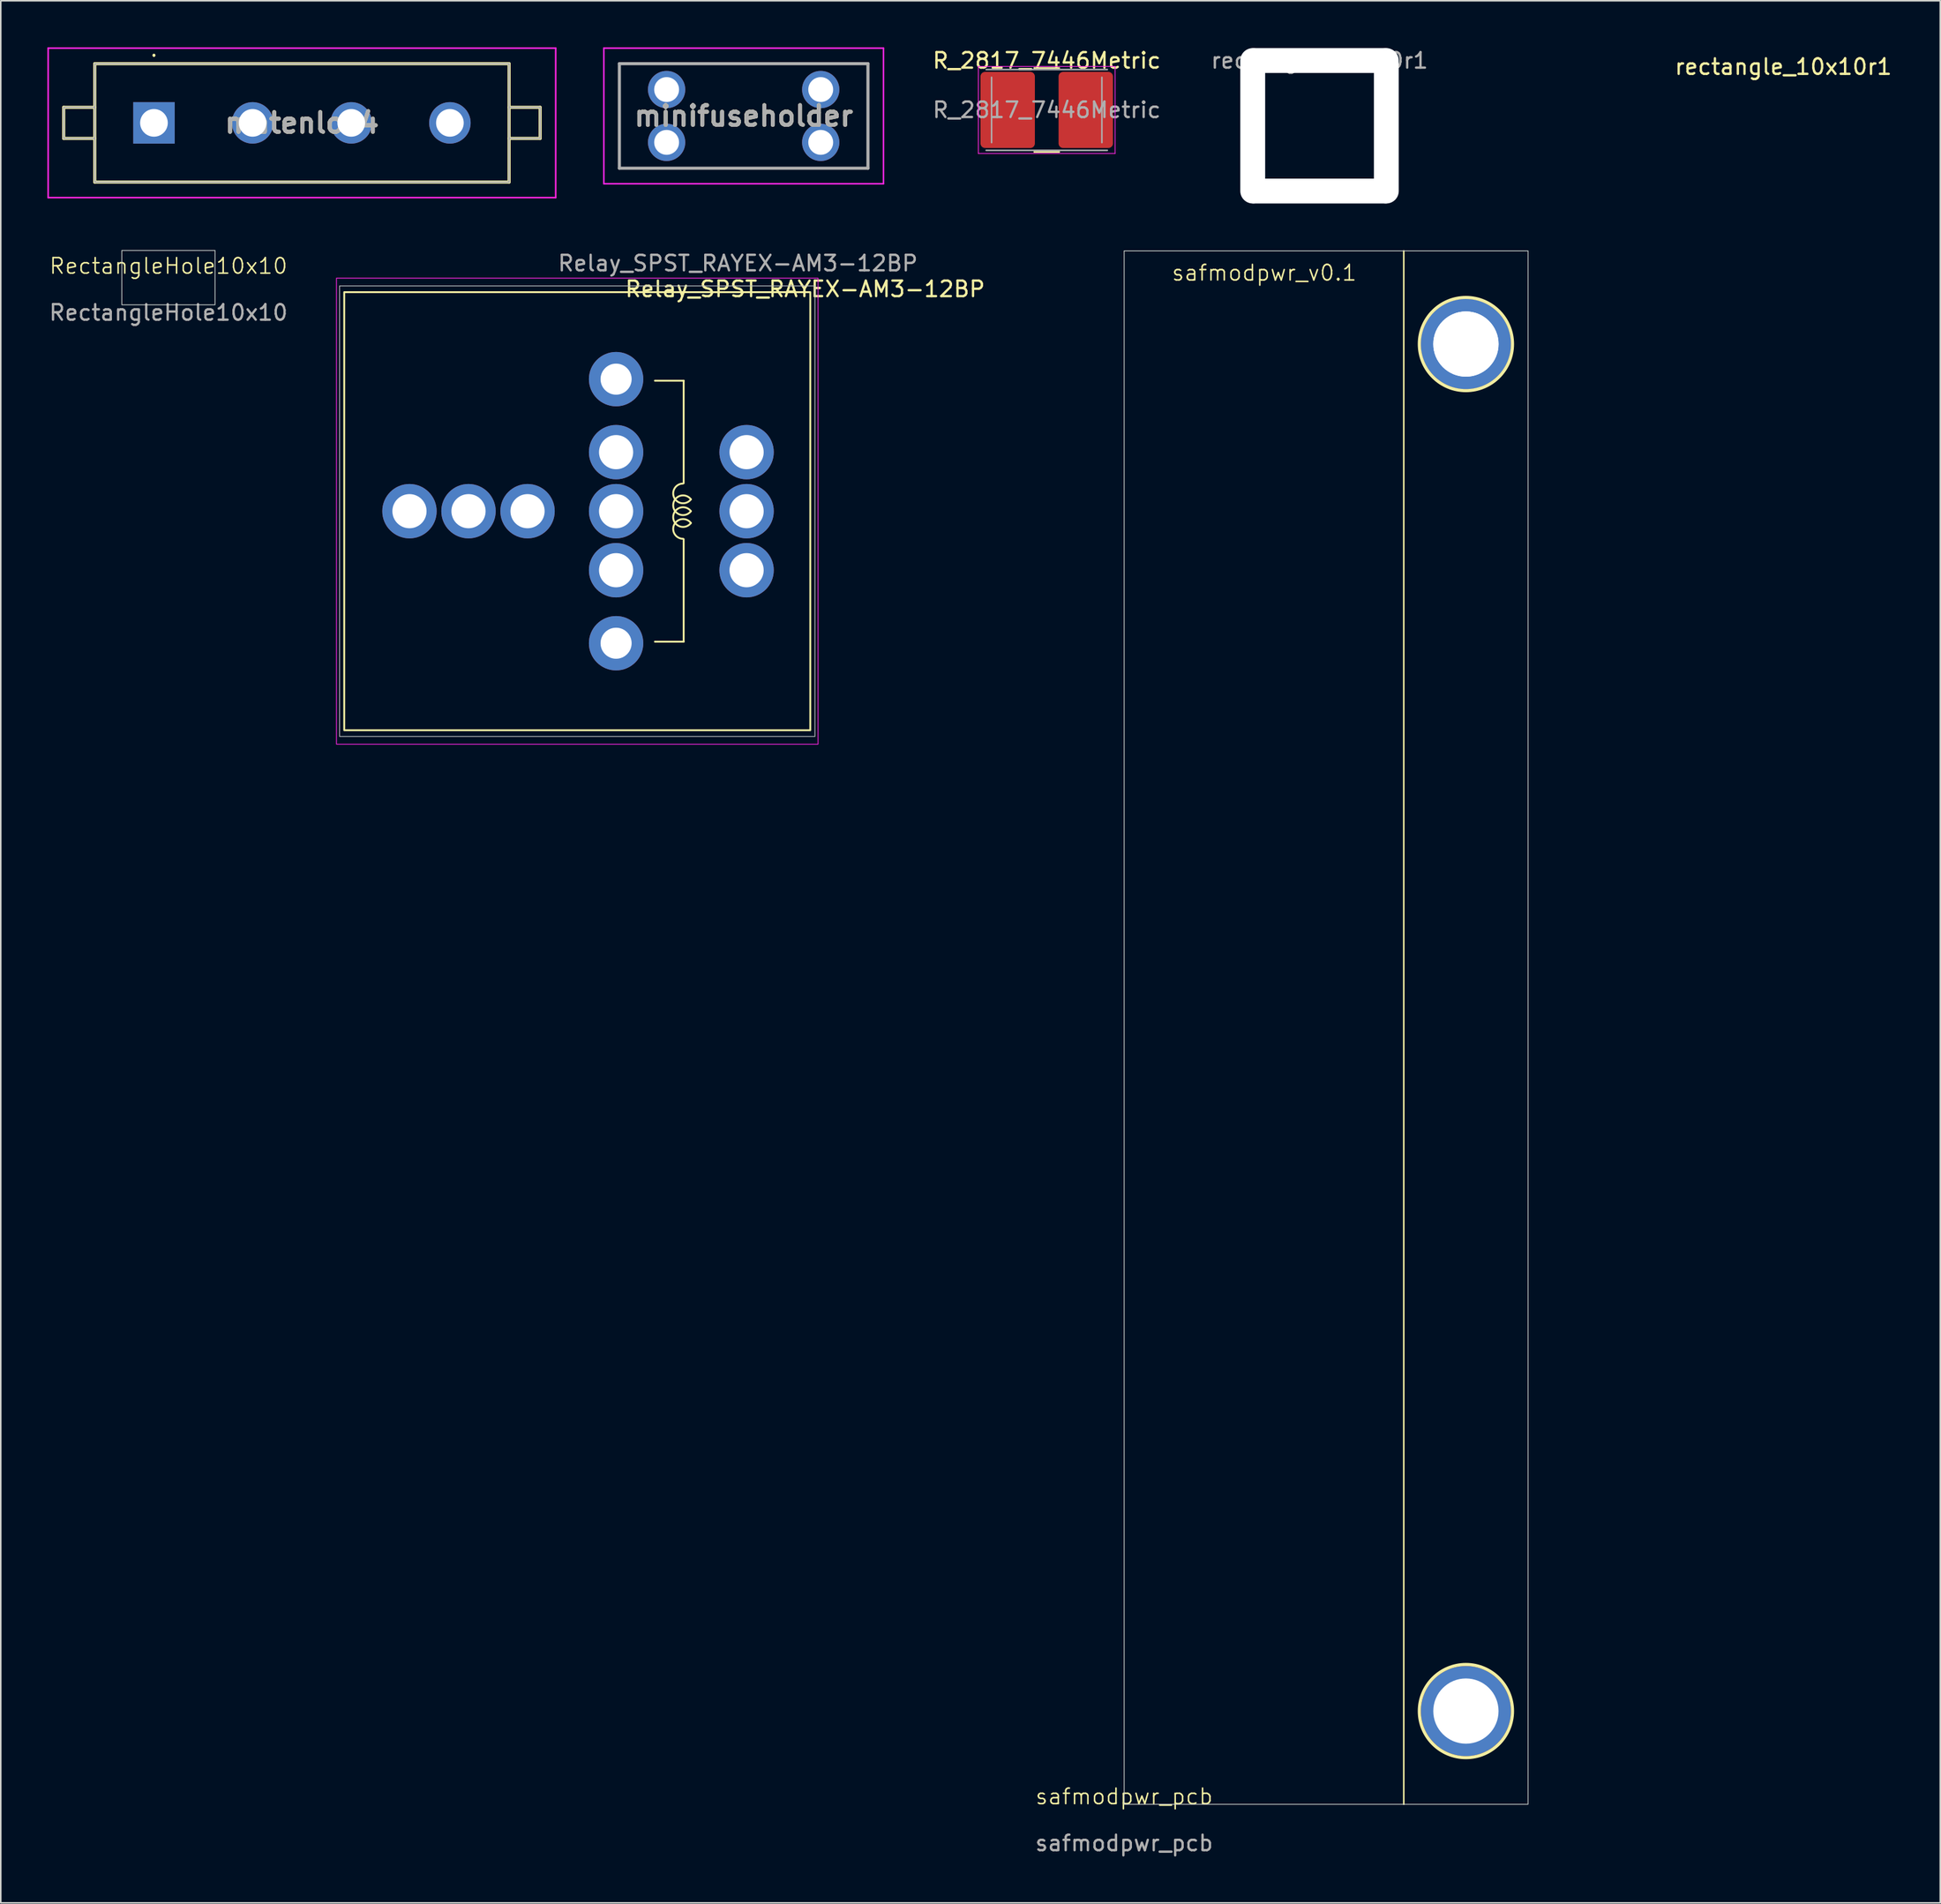
<source format=kicad_pcb>
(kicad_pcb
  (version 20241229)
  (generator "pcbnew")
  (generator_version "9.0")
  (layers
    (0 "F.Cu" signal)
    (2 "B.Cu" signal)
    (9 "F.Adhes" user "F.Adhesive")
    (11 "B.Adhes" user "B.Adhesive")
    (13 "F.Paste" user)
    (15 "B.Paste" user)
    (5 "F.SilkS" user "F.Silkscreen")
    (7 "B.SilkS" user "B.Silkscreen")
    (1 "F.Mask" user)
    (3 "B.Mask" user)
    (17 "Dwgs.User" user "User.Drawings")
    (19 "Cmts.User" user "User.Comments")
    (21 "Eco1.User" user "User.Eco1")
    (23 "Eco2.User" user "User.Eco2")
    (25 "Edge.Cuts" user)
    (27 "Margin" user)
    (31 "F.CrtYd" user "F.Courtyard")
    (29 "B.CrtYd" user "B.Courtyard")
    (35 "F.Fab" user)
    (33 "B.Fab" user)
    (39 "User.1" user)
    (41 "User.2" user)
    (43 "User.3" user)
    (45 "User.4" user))
  (footprint "matenlok4"
    (layer "F.Cu")
    (at 6.86 4.86)
    (property "Reference" "matenlok4" (at 9.525 0 0) (layer "F.SilkS") (effects (font (size 1.27 1.27) (thickness 0.254))))
    (attr through_hole)
    (fp_line (start -5.81 -1) (end -5.81 1) (stroke (width 0.2) (type solid)) (layer "F.SilkS"))
    (fp_line (start -5.81 1) (end -3.81 1) (stroke (width 0.2) (type solid)) (layer "F.SilkS"))
    (fp_line (start -3.81 -3.81) (end 22.86 -3.81) (stroke (width 0.2) (type solid)) (layer "F.SilkS"))
    (fp_line (start -3.81 -1) (end -5.81 -1) (stroke (width 0.2) (type solid)) (layer "F.SilkS"))
    (fp_line (start -3.81 3.81) (end -3.81 -3.81) (stroke (width 0.2) (type solid)) (layer "F.SilkS"))
    (fp_line (start 0 -4.4) (end 0 -4.4) (stroke (width 0.1) (type solid)) (layer "F.SilkS"))
    (fp_line (start 0 -4.3) (end 0 -4.3) (stroke (width 0.1) (type solid)) (layer "F.SilkS"))
    (fp_line (start 22.86 -3.81) (end 22.86 3.81) (stroke (width 0.2) (type solid)) (layer "F.SilkS"))
    (fp_line (start 22.86 -1) (end 24.86 -1) (stroke (width 0.2) (type solid)) (layer "F.SilkS"))
    (fp_line (start 22.86 3.81) (end -3.81 3.81) (stroke (width 0.2) (type solid)) (layer "F.SilkS"))
    (fp_line (start 24.86 -1) (end 24.86 1) (stroke (width 0.2) (type solid)) (layer "F.SilkS"))
    (fp_line (start 24.86 1) (end 22.86 1) (stroke (width 0.2) (type solid)) (layer "F.SilkS"))
    (fp_arc (start 0 -4.4) (mid 0.05 -4.35) (end 0 -4.3) (stroke (width 0.1) (type solid)) (layer "F.SilkS"))
    (fp_arc (start 0 -4.3) (mid -0.05 -4.35) (end 0 -4.4) (stroke (width 0.1) (type solid)) (layer "F.SilkS"))
    (fp_line (start -6.81 -4.81) (end 25.86 -4.81) (stroke (width 0.1) (type solid)) (layer "F.CrtYd"))
    (fp_line (start -6.81 4.81) (end -6.81 -4.81) (stroke (width 0.1) (type solid)) (layer "F.CrtYd"))
    (fp_line (start 25.86 -4.81) (end 25.86 4.81) (stroke (width 0.1) (type solid)) (layer "F.CrtYd"))
    (fp_line (start 25.86 4.81) (end -6.81 4.81) (stroke (width 0.1) (type solid)) (layer "F.CrtYd"))
    (fp_line (start -5.81 -1) (end -5.81 1) (stroke (width 0.1) (type solid)) (layer "F.Fab"))
    (fp_line (start -5.81 1) (end -3.81 1) (stroke (width 0.1) (type solid)) (layer "F.Fab"))
    (fp_line (start -3.81 -3.81) (end 22.86 -3.81) (stroke (width 0.1) (type solid)) (layer "F.Fab"))
    (fp_line (start -3.81 -1) (end -5.81 -1) (stroke (width 0.1) (type solid)) (layer "F.Fab"))
    (fp_line (start -3.81 3.81) (end -3.81 -3.81) (stroke (width 0.1) (type solid)) (layer "F.Fab"))
    (fp_line (start 22.86 -3.81) (end 22.86 3.81) (stroke (width 0.1) (type solid)) (layer "F.Fab"))
    (fp_line (start 22.86 -1) (end 24.86 -1) (stroke (width 0.1) (type solid)) (layer "F.Fab"))
    (fp_line (start 22.86 3.81) (end -3.81 3.81) (stroke (width 0.1) (type solid)) (layer "F.Fab"))
    (fp_line (start 24.86 -1) (end 24.86 1) (stroke (width 0.1) (type solid)) (layer "F.Fab"))
    (fp_line (start 24.86 1) (end 22.86 1) (stroke (width 0.1) (type solid)) (layer "F.Fab"))
    (fp_text user "${REFERENCE}" (at 9.525 0 0) (layer "F.Fab") (effects (font (size 1.27 1.27) (thickness 0.254))))
    (pad "1" thru_hole rect (at 0 0) (size 2.67 2.67) (drill 1.78) (layers "*.Cu" "*.Mask"))
    (pad "2" thru_hole circle (at 6.35 0) (size 2.67 2.67) (drill 1.78) (layers "*.Cu" "*.Mask"))
    (pad "3" thru_hole circle (at 12.7 0) (size 2.67 2.67) (drill 1.78) (layers "*.Cu" "*.Mask"))
    (pad "4" thru_hole circle (at 19.05 0) (size 2.67 2.67) (drill 1.78) (layers "*.Cu" "*.Mask")))
  (footprint "rectangle_10x10r1"
    (layer "F.Cu")
    (at 81.888 0.848)
    (property "Reference" "rectangle_10x10r1" (at 29.856 0.4 0) (layer "F.SilkS") (effects (font (size 1 1) (thickness 0.15))))
    (attr exclude_from_pos_files exclude_from_bom)
    (fp_text user "${REFERENCE}" (at 0 0 0) (layer "F.Fab") (effects (font (size 1 1) (thickness 0.15))))
    (pad "" np_thru_hole oval (at -4.3 4.2 90) (size 10 1.6) (drill oval 10 1.6) (layers "*.Cu" "*.Mask"))
    (pad "" np_thru_hole oval (at 0 0) (size 10 1.6) (drill oval 10 1.6) (layers "*.Cu" "*.Mask"))
    (pad "" np_thru_hole oval (at 0 8.4 180) (size 10 1.6) (drill oval 10 1.6) (layers "*.Cu" "*.Mask"))
    (pad "" np_thru_hole oval (at 4.3 4.2 90) (size 10 1.6) (drill oval 10 1.6) (layers "*.Cu" "*.Mask")))
  (footprint "RectangleHole10x10"
    (layer "F.Cu")
    (at 7.792 14.573)
    (property "Reference" "RectangleHole10x10" (at 0 -0.5 0) (unlocked yes) (layer "F.SilkS") (effects (font (size 1 1) (thickness 0.1))))
    (attr through_hole)
    (fp_rect (start -3 -1.5) (end 3 2) (stroke (width 0.05) (type default)) (fill no) (layer "Edge.Cuts"))
    (fp_text user "${REFERENCE}" (at 0 2.5 0) (unlocked yes) (layer "F.Fab") (effects (font (size 1 1) (thickness 0.15)))))
  (footprint "Relay_SPST_RAYEX-AM3-12BP"
    (layer "F.Cu")
    (at 36.608 29.857)
    (property "Reference" "Relay_SPST_RAYEX-AM3-12BP" (at 12.167 -14.3 0) (layer "F.SilkS") (effects (font (size 1 1) (thickness 0.15))))
    (attr through_hole)
    (fp_line (start 2.5 8.4) (end 4.35 8.4) (stroke (width 0.12) (type solid)) (layer "F.SilkS"))
    (fp_line (start 4.35 -8.4) (end 2.5 -8.4) (stroke (width 0.12) (type solid)) (layer "F.SilkS"))
    (fp_line (start 4.35 -1.8) (end 4.35 -8.4) (stroke (width 0.12) (type solid)) (layer "F.SilkS"))
    (fp_line (start 4.35 8.4) (end 4.35 1.8) (stroke (width 0.12) (type solid)) (layer "F.SilkS"))
    (fp_rect (start -17.5 -14.1) (end 12.5 14.1) (stroke (width 0.12) (type solid)) (fill no) (layer "F.SilkS"))
    (fp_arc (start 4.310002 1.776997) (mid 3.741966 0.858171) (end 4.817802 0.76073) (stroke (width 0.12) (type solid)) (layer "F.SilkS"))
    (fp_arc (start 4.8178 -0.762733) (mid 3.741964 -0.860168) (end 4.31 -1.779) (stroke (width 0.12) (type solid)) (layer "F.SilkS"))
    (fp_arc (start 4.818265 -0.001355) (mid 3.675001 -0.381778) (end 4.818 -0.763001) (stroke (width 0.12) (type solid)) (layer "F.SilkS"))
    (fp_arc (start 4.818266 0.760644) (mid 3.675001 0.380223) (end 4.818001 -0.001002) (stroke (width 0.12) (type solid)) (layer "F.SilkS"))
    (fp_rect (start -17.8 -14.5) (end 12.8 14.5) (stroke (width 0.05) (type default)) (fill no) (layer "Dwgs.User"))
    (fp_rect (start -18 -15) (end 13 15) (stroke (width 0.05) (type default)) (fill no) (layer "F.CrtYd"))
    (fp_text user "${REFERENCE}" (at 7.84 -15.96 0) (layer "F.Fab") (effects (font (size 1 1) (thickness 0.15))))
    (pad "30" thru_hole circle (at -13.3 0) (size 3.5 3.5) (drill 2.2) (layers "*.Cu" "*.Mask"))
    (pad "30" thru_hole circle (at -9.5 0) (size 3.5 3.5) (drill 2.2) (layers "*.Cu" "*.Mask"))
    (pad "30" thru_hole circle (at -5.7 0) (size 3.5 3.5) (drill 2.2) (layers "*.Cu" "*.Mask"))
    (pad "85" thru_hole circle (at 0 -8.5) (size 3.5 3.5) (drill 2) (layers "*.Cu" "*.Mask"))
    (pad "86" thru_hole circle (at 0 8.5) (size 3.5 3.5) (drill 2) (layers "*.Cu" "*.Mask"))
    (pad "87" thru_hole circle (at 8.4 -3.8) (size 3.5 3.5) (drill 2.2) (layers "*.Cu" "*.Mask"))
    (pad "87" thru_hole circle (at 8.4 0) (size 3.5 3.5) (drill 2.2) (layers "*.Cu" "*.Mask"))
    (pad "87" thru_hole circle (at 8.4 3.8) (size 3.5 3.5) (drill 2.2) (layers "*.Cu" "*.Mask"))
    (pad "87a" thru_hole circle (at 0 -3.8) (size 3.5 3.5) (drill 2.2) (layers "*.Cu" "*.Mask"))
    (pad "87a" thru_hole circle (at 0 0) (size 3.5 3.5) (drill 2.2) (layers "*.Cu" "*.Mask"))
    (pad "87a" thru_hole circle (at 0 3.8) (size 3.5 3.5) (drill 2.2) (layers "*.Cu" "*.Mask")))
  (footprint "safmodpwr_pcb"
    (layer "F.Cu")
    (at 69.311 113.098)
    (property "Reference" "safmodpwr_pcb" (at 0 -0.5 0) (unlocked yes) (layer "F.SilkS") (effects (font (size 1 1) (thickness 0.1))))
    (fp_line (start 18 -100) (end 18 0) (stroke (width 0.1) (type default)) (layer "F.SilkS"))
    (fp_circle (center 22 -94) (end 25 -94) (stroke (width 0.2) (type default)) (fill no) (layer "F.SilkS"))
    (fp_circle (center 22 -6) (end 25 -6) (stroke (width 0.2) (type default)) (fill no) (layer "F.SilkS"))
    (fp_rect (start 0 -100) (end 26 0) (stroke (width 0.05) (type default)) (fill no) (layer "Edge.Cuts"))
    (fp_text user "safmodpwr_v0.1" (at 3 -98 0) (unlocked yes) (layer "F.SilkS") (effects (font (size 1 1) (thickness 0.1)) (justify left bottom)))
    (fp_text user "${REFERENCE}" (at 0 2.5 0) (unlocked yes) (layer "F.Fab") (effects (font (size 1 1) (thickness 0.15))))
    (pad "" np_thru_hole circle (at 22 -94) (size 5.8 5.8) (drill 4.2) (layers "*.Cu" "*.Mask"))
    (pad "" np_thru_hole circle (at 22 -6) (size 5.8 5.8) (drill 4.2) (layers "*.Cu" "*.Mask"))
    (pad "1" thru_hole circle (at 22 -94) (size 5.8 5.8) (drill 4.2) (layers "*.Cu" "*.Mask")))
  (footprint "R_2817_7446Metric"
    (layer "F.Cu")
    (at 64.328 4.028)
    (property "Reference" "R_2817_7446Metric" (at 0 -3.18 0) (layer "F.SilkS") (effects (font (size 1 1) (thickness 0.15))))
    (attr smd)
    (fp_line (start -0.797 -2.7) (end 0.797 -2.7) (stroke (width 0.12) (type solid)) (layer "F.SilkS"))
    (fp_line (start -0.797 2.7) (end 0.797 2.7) (stroke (width 0.12) (type solid)) (layer "F.SilkS"))
    (fp_line (start -4.4 -2.8) (end 4.4 -2.8) (stroke (width 0.05) (type solid)) (layer "F.CrtYd"))
    (fp_line (start -4.4 2.8) (end -4.4 -2.8) (stroke (width 0.05) (type solid)) (layer "F.CrtYd"))
    (fp_line (start 4.4 -2.8) (end 4.4 2.8) (stroke (width 0.05) (type solid)) (layer "F.CrtYd"))
    (fp_line (start 4.4 2.8) (end -4.4 2.8) (stroke (width 0.05) (type solid)) (layer "F.CrtYd"))
    (fp_line (start -3.9 -2.6) (end 3.9 -2.6) (stroke (width 0.1) (type solid)) (layer "F.Fab"))
    (fp_line (start -3.55 2.1) (end -3.55 -2.1) (stroke (width 0.1) (type solid)) (layer "F.Fab"))
    (fp_line (start 3.55 -2.1) (end 3.55 2.1) (stroke (width 0.1) (type solid)) (layer "F.Fab"))
    (fp_line (start 3.9 2.6) (end -3.9 2.6) (stroke (width 0.1) (type solid)) (layer "F.Fab"))
    (fp_text user "${REFERENCE}" (at 0 0 0) (layer "F.Fab") (effects (font (size 1 1) (thickness 0.15))))
    (pad "1" smd roundrect (at -2.513 0) (size 3.5 4.9) (layers "F.Cu" "F.Mask" "F.Paste") (roundrect_rratio 0.083))
    (pad "2" smd roundrect (at 2.513 0) (size 3.5 4.9) (layers "F.Cu" "F.Mask" "F.Paste") (roundrect_rratio 0.083)))
  (footprint "minifuseholder"
    (layer "F.Cu")
    (at 39.86 6.115)
    (property "Reference" "minifuseholder" (at 4.96 -1.7 0) (layer "F.SilkS") (effects (font (size 1.27 1.27) (thickness 0.254))))
    (attr through_hole)
    (fp_line (start -3.04 -5.065) (end 12.96 -5.065) (stroke (width 0.1) (type solid)) (layer "F.SilkS"))
    (fp_line (start -3.04 1.665) (end -3.04 -5.065) (stroke (width 0.1) (type solid)) (layer "F.SilkS"))
    (fp_line (start 12.96 -5.065) (end 12.96 1.665) (stroke (width 0.1) (type solid)) (layer "F.SilkS"))
    (fp_line (start 12.96 1.665) (end -3.04 1.665) (stroke (width 0.1) (type solid)) (layer "F.SilkS"))
    (fp_line (start -4.04 -6.065) (end 13.96 -6.065) (stroke (width 0.1) (type solid)) (layer "F.CrtYd"))
    (fp_line (start -4.04 2.665) (end -4.04 -6.065) (stroke (width 0.1) (type solid)) (layer "F.CrtYd"))
    (fp_line (start 13.96 -6.065) (end 13.96 2.665) (stroke (width 0.1) (type solid)) (layer "F.CrtYd"))
    (fp_line (start 13.96 2.665) (end -4.04 2.665) (stroke (width 0.1) (type solid)) (layer "F.CrtYd"))
    (fp_line (start -3.04 -5.065) (end 12.96 -5.065) (stroke (width 0.2) (type solid)) (layer "F.Fab"))
    (fp_line (start -3.04 1.665) (end -3.04 -5.065) (stroke (width 0.2) (type solid)) (layer "F.Fab"))
    (fp_line (start 12.96 -5.065) (end 12.96 1.665) (stroke (width 0.2) (type solid)) (layer "F.Fab"))
    (fp_line (start 12.96 1.665) (end -3.04 1.665) (stroke (width 0.2) (type solid)) (layer "F.Fab"))
    (fp_text user "${REFERENCE}" (at 4.96 -1.7 0) (layer "F.Fab") (effects (font (size 1.27 1.27) (thickness 0.254))))
    (pad "1" thru_hole circle (at 0 0) (size 2.4 2.4) (drill 1.6) (layers "*.Cu" "*.Mask"))
    (pad "2" thru_hole circle (at 0 -3.4) (size 2.4 2.4) (drill 1.6) (layers "*.Cu" "*.Mask"))
    (pad "3" thru_hole circle (at 9.92 0) (size 2.4 2.4) (drill 1.6) (layers "*.Cu" "*.Mask"))
    (pad "4" thru_hole circle (at 9.92 -3.4) (size 2.4 2.4) (drill 1.6) (layers "*.Cu" "*.Mask")))
  (gr_rect
    (start -3 -3)
    (end 121.845 119.447)
    (stroke (width 0.1) (type default))
    (fill no)
    (layer "Edge.Cuts")))
</source>
